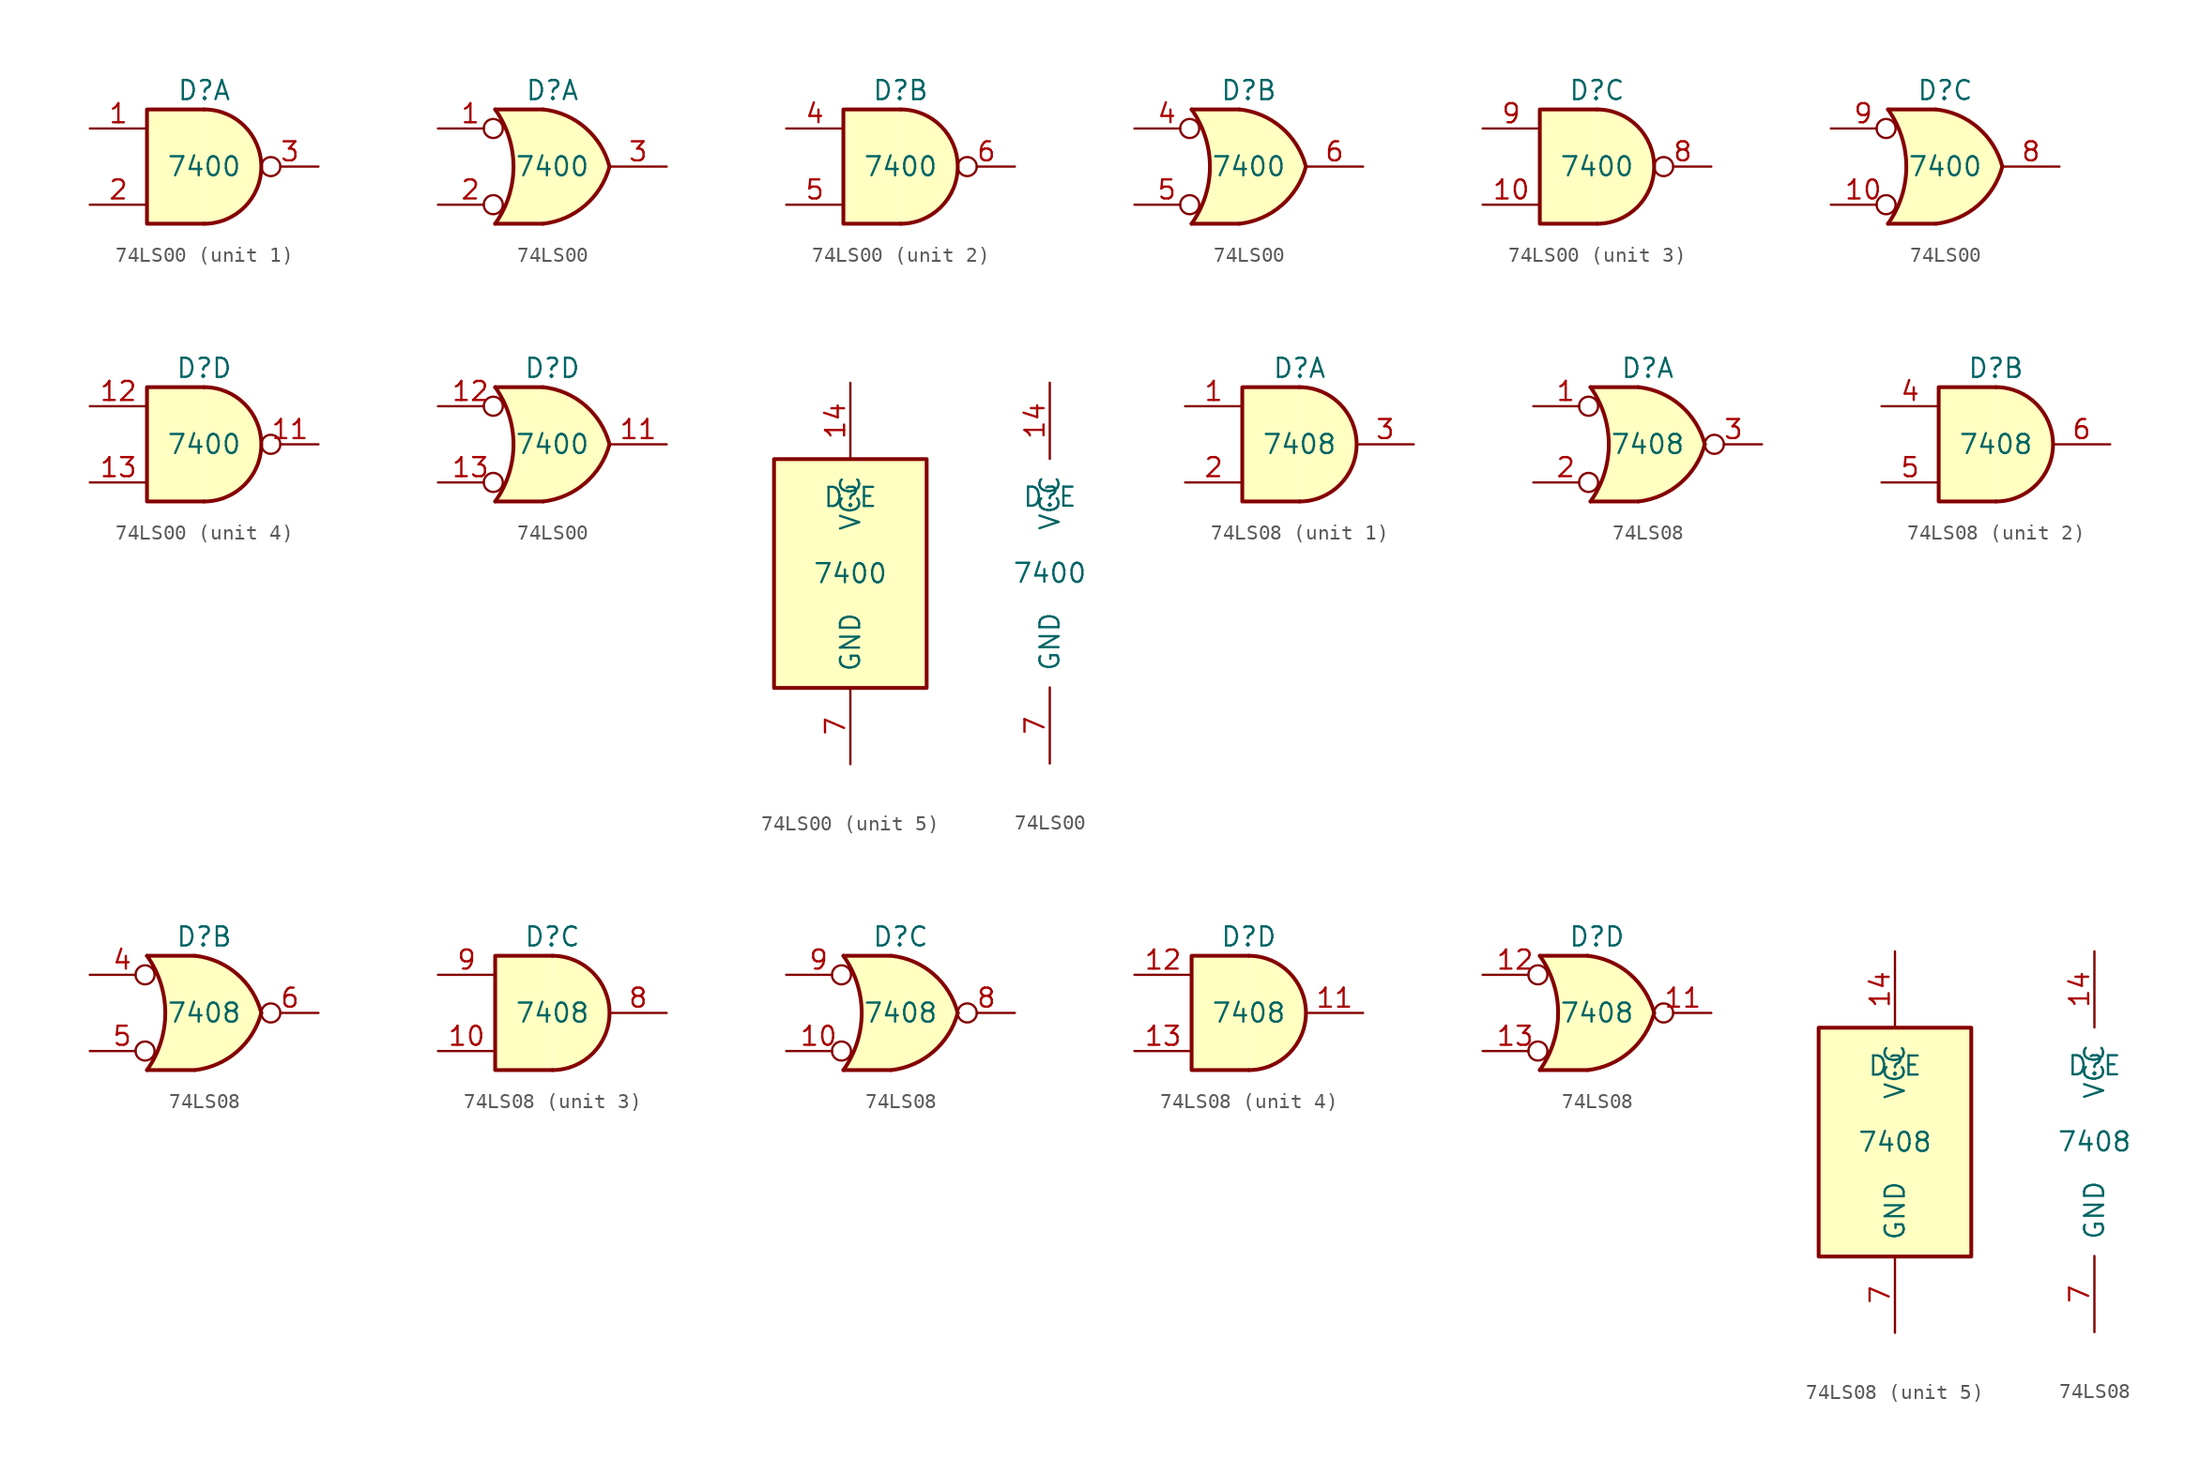
<source format=kicad_sym>
(kicad_symbol_lib
  (version 20241209)
  (generator "kicad_symbol_editor")
  (generator_version "9.0")
  (symbol "74LS00"
    (pin_names
      (offset 1.016))
    (property "Reference" "D"
      (at 0 5.08 0)
      (do_not_autoplace)
      (effects (font (size 1.27 1.27))))
    (property "Value" "7400"
      (at 0 0 0)
      (do_not_autoplace)
      (effects (font (size 1.27 1.27))))
    (property "ki_locked" ""
      (at 0 0 0)
      (effects (font (size 1.27 1.27))))
    (symbol "74LS00_1_1"
      (arc (start 0 3.81) (mid 3.7934 0) (end 0 -3.81) (stroke (width 0.254) (type default)) (fill (type background)))
      (polyline (pts (xy 0 3.81) (xy -3.81 3.81) (xy -3.81 -3.81) (xy 0 -3.81)) (stroke (width 0.254) (type default)) (fill (type background)))
      (pin input line (at -7.62 2.54 0) (length 3.81) (name "~" (effects (font (size 1.27 1.27)))) (number "1" (effects (font (size 1.27 1.27)))))
      (pin input line (at -7.62 -2.54 0) (length 3.81) (name "~" (effects (font (size 1.27 1.27)))) (number "2" (effects (font (size 1.27 1.27)))))
      (pin output inverted (at 7.62 0 180) (length 3.81) (name "~" (effects (font (size 1.27 1.27)))) (number "3" (effects (font (size 1.27 1.27))))))
    (symbol "74LS00_1_2"
      (arc (start -3.81 3.81) (mid -2.589 0) (end -3.81 -3.81) (stroke (width 0.254) (type default)) (fill (type none)))
      (polyline (pts (xy -3.81 3.81) (xy -0.635 3.81)) (stroke (width 0.254) (type default)) (fill (type background)))
      (polyline (pts (xy -3.81 -3.81) (xy -0.635 -3.81)) (stroke (width 0.254) (type default)) (fill (type background)))
      (arc (start 3.81 0) (mid 2.1855 -2.584) (end -0.6096 -3.81) (stroke (width 0.254) (type default)) (fill (type background)))
      (arc (start -0.6096 3.81) (mid 2.1928 2.5924) (end 3.81 0) (stroke (width 0.254) (type default)) (fill (type background)))
      (polyline (pts (xy -0.635 3.81) (xy -3.81 3.81) (xy -3.81 3.81) (xy -3.556 3.404) (xy -3.023 2.261) (xy -2.692 1.041) (xy -2.616 -0.254) (xy -2.769 -1.499) (xy -3.175 -2.718) (xy -3.81 -3.81) (xy -3.81 -3.81) (xy -0.635 -3.81)) (stroke (width -25.4) (type default)) (fill (type background)))
      (pin input inverted (at -7.62 2.54 0) (length 4.318) (name "~" (effects (font (size 1.27 1.27)))) (number "1" (effects (font (size 1.27 1.27)))))
      (pin input inverted (at -7.62 -2.54 0) (length 4.318) (name "~" (effects (font (size 1.27 1.27)))) (number "2" (effects (font (size 1.27 1.27)))))
      (pin output line (at 7.62 0 180) (length 3.81) (name "~" (effects (font (size 1.27 1.27)))) (number "3" (effects (font (size 1.27 1.27))))))
    (symbol "74LS00_2_1"
      (arc (start 0 3.81) (mid 3.7934 0) (end 0 -3.81) (stroke (width 0.254) (type default)) (fill (type background)))
      (polyline (pts (xy 0 3.81) (xy -3.81 3.81) (xy -3.81 -3.81) (xy 0 -3.81)) (stroke (width 0.254) (type default)) (fill (type background)))
      (pin input line (at -7.62 2.54 0) (length 3.81) (name "~" (effects (font (size 1.27 1.27)))) (number "4" (effects (font (size 1.27 1.27)))))
      (pin input line (at -7.62 -2.54 0) (length 3.81) (name "~" (effects (font (size 1.27 1.27)))) (number "5" (effects (font (size 1.27 1.27)))))
      (pin output inverted (at 7.62 0 180) (length 3.81) (name "~" (effects (font (size 1.27 1.27)))) (number "6" (effects (font (size 1.27 1.27))))))
    (symbol "74LS00_2_2"
      (arc (start -3.81 3.81) (mid -2.589 0) (end -3.81 -3.81) (stroke (width 0.254) (type default)) (fill (type none)))
      (polyline (pts (xy -3.81 3.81) (xy -0.635 3.81)) (stroke (width 0.254) (type default)) (fill (type background)))
      (polyline (pts (xy -3.81 -3.81) (xy -0.635 -3.81)) (stroke (width 0.254) (type default)) (fill (type background)))
      (arc (start 3.81 0) (mid 2.1855 -2.584) (end -0.6096 -3.81) (stroke (width 0.254) (type default)) (fill (type background)))
      (arc (start -0.6096 3.81) (mid 2.1928 2.5924) (end 3.81 0) (stroke (width 0.254) (type default)) (fill (type background)))
      (polyline (pts (xy -0.635 3.81) (xy -3.81 3.81) (xy -3.81 3.81) (xy -3.556 3.404) (xy -3.023 2.261) (xy -2.692 1.041) (xy -2.616 -0.254) (xy -2.769 -1.499) (xy -3.175 -2.718) (xy -3.81 -3.81) (xy -3.81 -3.81) (xy -0.635 -3.81)) (stroke (width -25.4) (type default)) (fill (type background)))
      (pin input inverted (at -7.62 2.54 0) (length 4.318) (name "~" (effects (font (size 1.27 1.27)))) (number "4" (effects (font (size 1.27 1.27)))))
      (pin input inverted (at -7.62 -2.54 0) (length 4.318) (name "~" (effects (font (size 1.27 1.27)))) (number "5" (effects (font (size 1.27 1.27)))))
      (pin output line (at 7.62 0 180) (length 3.81) (name "~" (effects (font (size 1.27 1.27)))) (number "6" (effects (font (size 1.27 1.27))))))
    (symbol "74LS00_3_1"
      (arc (start 0 3.81) (mid 3.7934 0) (end 0 -3.81) (stroke (width 0.254) (type default)) (fill (type background)))
      (polyline (pts (xy 0 3.81) (xy -3.81 3.81) (xy -3.81 -3.81) (xy 0 -3.81)) (stroke (width 0.254) (type default)) (fill (type background)))
      (pin input line (at -7.62 2.54 0) (length 3.81) (name "~" (effects (font (size 1.27 1.27)))) (number "9" (effects (font (size 1.27 1.27)))))
      (pin input line (at -7.62 -2.54 0) (length 3.81) (name "~" (effects (font (size 1.27 1.27)))) (number "10" (effects (font (size 1.27 1.27)))))
      (pin output inverted (at 7.62 0 180) (length 3.81) (name "~" (effects (font (size 1.27 1.27)))) (number "8" (effects (font (size 1.27 1.27))))))
    (symbol "74LS00_3_2"
      (arc (start -3.81 3.81) (mid -2.589 0) (end -3.81 -3.81) (stroke (width 0.254) (type default)) (fill (type none)))
      (polyline (pts (xy -3.81 3.81) (xy -0.635 3.81)) (stroke (width 0.254) (type default)) (fill (type background)))
      (polyline (pts (xy -3.81 -3.81) (xy -0.635 -3.81)) (stroke (width 0.254) (type default)) (fill (type background)))
      (arc (start 3.81 0) (mid 2.1855 -2.584) (end -0.6096 -3.81) (stroke (width 0.254) (type default)) (fill (type background)))
      (arc (start -0.6096 3.81) (mid 2.1928 2.5924) (end 3.81 0) (stroke (width 0.254) (type default)) (fill (type background)))
      (polyline (pts (xy -0.635 3.81) (xy -3.81 3.81) (xy -3.81 3.81) (xy -3.556 3.404) (xy -3.023 2.261) (xy -2.692 1.041) (xy -2.616 -0.254) (xy -2.769 -1.499) (xy -3.175 -2.718) (xy -3.81 -3.81) (xy -3.81 -3.81) (xy -0.635 -3.81)) (stroke (width -25.4) (type default)) (fill (type background)))
      (pin input inverted (at -7.62 2.54 0) (length 4.318) (name "~" (effects (font (size 1.27 1.27)))) (number "9" (effects (font (size 1.27 1.27)))))
      (pin input inverted (at -7.62 -2.54 0) (length 4.318) (name "~" (effects (font (size 1.27 1.27)))) (number "10" (effects (font (size 1.27 1.27)))))
      (pin output line (at 7.62 0 180) (length 3.81) (name "~" (effects (font (size 1.27 1.27)))) (number "8" (effects (font (size 1.27 1.27))))))
    (symbol "74LS00_4_1"
      (arc (start 0 3.81) (mid 3.7934 0) (end 0 -3.81) (stroke (width 0.254) (type default)) (fill (type background)))
      (polyline (pts (xy 0 3.81) (xy -3.81 3.81) (xy -3.81 -3.81) (xy 0 -3.81)) (stroke (width 0.254) (type default)) (fill (type background)))
      (pin input line (at -7.62 2.54 0) (length 3.81) (name "~" (effects (font (size 1.27 1.27)))) (number "12" (effects (font (size 1.27 1.27)))))
      (pin input line (at -7.62 -2.54 0) (length 3.81) (name "~" (effects (font (size 1.27 1.27)))) (number "13" (effects (font (size 1.27 1.27)))))
      (pin output inverted (at 7.62 0 180) (length 3.81) (name "~" (effects (font (size 1.27 1.27)))) (number "11" (effects (font (size 1.27 1.27))))))
    (symbol "74LS00_4_2"
      (arc (start -3.81 3.81) (mid -2.589 0) (end -3.81 -3.81) (stroke (width 0.254) (type default)) (fill (type none)))
      (polyline (pts (xy -3.81 3.81) (xy -0.635 3.81)) (stroke (width 0.254) (type default)) (fill (type background)))
      (polyline (pts (xy -3.81 -3.81) (xy -0.635 -3.81)) (stroke (width 0.254) (type default)) (fill (type background)))
      (arc (start 3.81 0) (mid 2.1855 -2.584) (end -0.6096 -3.81) (stroke (width 0.254) (type default)) (fill (type background)))
      (arc (start -0.6096 3.81) (mid 2.1928 2.5924) (end 3.81 0) (stroke (width 0.254) (type default)) (fill (type background)))
      (polyline (pts (xy -0.635 3.81) (xy -3.81 3.81) (xy -3.81 3.81) (xy -3.556 3.404) (xy -3.023 2.261) (xy -2.692 1.041) (xy -2.616 -0.254) (xy -2.769 -1.499) (xy -3.175 -2.718) (xy -3.81 -3.81) (xy -3.81 -3.81) (xy -0.635 -3.81)) (stroke (width -25.4) (type default)) (fill (type background)))
      (pin input inverted (at -7.62 2.54 0) (length 4.318) (name "~" (effects (font (size 1.27 1.27)))) (number "12" (effects (font (size 1.27 1.27)))))
      (pin input inverted (at -7.62 -2.54 0) (length 4.318) (name "~" (effects (font (size 1.27 1.27)))) (number "13" (effects (font (size 1.27 1.27)))))
      (pin output line (at 7.62 0 180) (length 3.81) (name "~" (effects (font (size 1.27 1.27)))) (number "11" (effects (font (size 1.27 1.27))))))
    (symbol "74LS00_5_0"
      (pin power_in line (at 0 12.7 270) (length 5.08) (name "VCC" (effects (font (size 1.27 1.27)))) (number "14" (effects (font (size 1.27 1.27)))))
      (pin power_in line (at 0 -12.7 90) (length 5.08) (name "GND" (effects (font (size 1.27 1.27)))) (number "7" (effects (font (size 1.27 1.27))))))
    (symbol "74LS00_5_1"
      (rectangle (start -5.08 7.62) (end 5.08 -7.62) (stroke (width 0.254) (type default)) (fill (type background)))))
  (symbol "74LS08"
    (pin_names
      (offset 1.016))
    (property "Reference" "D"
      (at 0 5.08 0)
      (effects (font (size 1.27 1.27))))
    (property "Value" "7408"
      (at 0 0 0)
      (do_not_autoplace)
      (effects (font (size 1.27 1.27))))
    (property "ki_locked" ""
      (at 0 0 0)
      (effects (font (size 1.27 1.27))))
    (symbol "74LS08_1_1"
      (arc (start 0 3.81) (mid 3.7934 0) (end 0 -3.81) (stroke (width 0.254) (type default)) (fill (type background)))
      (polyline (pts (xy 0 3.81) (xy -3.81 3.81) (xy -3.81 -3.81) (xy 0 -3.81)) (stroke (width 0.254) (type default)) (fill (type background)))
      (pin input line (at -7.62 2.54 0) (length 3.81) (name "~" (effects (font (size 1.27 1.27)))) (number "1" (effects (font (size 1.27 1.27)))))
      (pin input line (at -7.62 -2.54 0) (length 3.81) (name "~" (effects (font (size 1.27 1.27)))) (number "2" (effects (font (size 1.27 1.27)))))
      (pin output line (at 7.62 0 180) (length 3.81) (name "~" (effects (font (size 1.27 1.27)))) (number "3" (effects (font (size 1.27 1.27))))))
    (symbol "74LS08_1_2"
      (arc (start -3.81 3.81) (mid -2.589 0) (end -3.81 -3.81) (stroke (width 0.254) (type default)) (fill (type none)))
      (polyline (pts (xy -3.81 3.81) (xy -0.635 3.81)) (stroke (width 0.254) (type default)) (fill (type background)))
      (polyline (pts (xy -3.81 -3.81) (xy -0.635 -3.81)) (stroke (width 0.254) (type default)) (fill (type background)))
      (arc (start 3.81 0) (mid 2.1855 -2.584) (end -0.6096 -3.81) (stroke (width 0.254) (type default)) (fill (type background)))
      (arc (start -0.6096 3.81) (mid 2.1928 2.5924) (end 3.81 0) (stroke (width 0.254) (type default)) (fill (type background)))
      (polyline (pts (xy -0.635 3.81) (xy -3.81 3.81) (xy -3.81 3.81) (xy -3.556 3.404) (xy -3.023 2.261) (xy -2.692 1.041) (xy -2.616 -0.254) (xy -2.769 -1.499) (xy -3.175 -2.718) (xy -3.81 -3.81) (xy -3.81 -3.81) (xy -0.635 -3.81)) (stroke (width -25.4) (type default)) (fill (type background)))
      (pin input inverted (at -7.62 2.54 0) (length 4.318) (name "~" (effects (font (size 1.27 1.27)))) (number "1" (effects (font (size 1.27 1.27)))))
      (pin input inverted (at -7.62 -2.54 0) (length 4.318) (name "~" (effects (font (size 1.27 1.27)))) (number "2" (effects (font (size 1.27 1.27)))))
      (pin output inverted (at 7.62 0 180) (length 3.81) (name "~" (effects (font (size 1.27 1.27)))) (number "3" (effects (font (size 1.27 1.27))))))
    (symbol "74LS08_2_1"
      (arc (start 0 3.81) (mid 3.7934 0) (end 0 -3.81) (stroke (width 0.254) (type default)) (fill (type background)))
      (polyline (pts (xy 0 3.81) (xy -3.81 3.81) (xy -3.81 -3.81) (xy 0 -3.81)) (stroke (width 0.254) (type default)) (fill (type background)))
      (pin input line (at -7.62 2.54 0) (length 3.81) (name "~" (effects (font (size 1.27 1.27)))) (number "4" (effects (font (size 1.27 1.27)))))
      (pin input line (at -7.62 -2.54 0) (length 3.81) (name "~" (effects (font (size 1.27 1.27)))) (number "5" (effects (font (size 1.27 1.27)))))
      (pin output line (at 7.62 0 180) (length 3.81) (name "~" (effects (font (size 1.27 1.27)))) (number "6" (effects (font (size 1.27 1.27))))))
    (symbol "74LS08_2_2"
      (arc (start -3.81 3.81) (mid -2.589 0) (end -3.81 -3.81) (stroke (width 0.254) (type default)) (fill (type none)))
      (polyline (pts (xy -3.81 3.81) (xy -0.635 3.81)) (stroke (width 0.254) (type default)) (fill (type background)))
      (polyline (pts (xy -3.81 -3.81) (xy -0.635 -3.81)) (stroke (width 0.254) (type default)) (fill (type background)))
      (arc (start 3.81 0) (mid 2.1855 -2.584) (end -0.6096 -3.81) (stroke (width 0.254) (type default)) (fill (type background)))
      (arc (start -0.6096 3.81) (mid 2.1928 2.5924) (end 3.81 0) (stroke (width 0.254) (type default)) (fill (type background)))
      (polyline (pts (xy -0.635 3.81) (xy -3.81 3.81) (xy -3.81 3.81) (xy -3.556 3.404) (xy -3.023 2.261) (xy -2.692 1.041) (xy -2.616 -0.254) (xy -2.769 -1.499) (xy -3.175 -2.718) (xy -3.81 -3.81) (xy -3.81 -3.81) (xy -0.635 -3.81)) (stroke (width -25.4) (type default)) (fill (type background)))
      (pin input inverted (at -7.62 2.54 0) (length 4.318) (name "~" (effects (font (size 1.27 1.27)))) (number "4" (effects (font (size 1.27 1.27)))))
      (pin input inverted (at -7.62 -2.54 0) (length 4.318) (name "~" (effects (font (size 1.27 1.27)))) (number "5" (effects (font (size 1.27 1.27)))))
      (pin output inverted (at 7.62 0 180) (length 3.81) (name "~" (effects (font (size 1.27 1.27)))) (number "6" (effects (font (size 1.27 1.27))))))
    (symbol "74LS08_3_1"
      (arc (start 0 3.81) (mid 3.7934 0) (end 0 -3.81) (stroke (width 0.254) (type default)) (fill (type background)))
      (polyline (pts (xy 0 3.81) (xy -3.81 3.81) (xy -3.81 -3.81) (xy 0 -3.81)) (stroke (width 0.254) (type default)) (fill (type background)))
      (pin input line (at -7.62 2.54 0) (length 3.81) (name "~" (effects (font (size 1.27 1.27)))) (number "9" (effects (font (size 1.27 1.27)))))
      (pin input line (at -7.62 -2.54 0) (length 3.81) (name "~" (effects (font (size 1.27 1.27)))) (number "10" (effects (font (size 1.27 1.27)))))
      (pin output line (at 7.62 0 180) (length 3.81) (name "~" (effects (font (size 1.27 1.27)))) (number "8" (effects (font (size 1.27 1.27))))))
    (symbol "74LS08_3_2"
      (arc (start -3.81 3.81) (mid -2.589 0) (end -3.81 -3.81) (stroke (width 0.254) (type default)) (fill (type none)))
      (polyline (pts (xy -3.81 3.81) (xy -0.635 3.81)) (stroke (width 0.254) (type default)) (fill (type background)))
      (polyline (pts (xy -3.81 -3.81) (xy -0.635 -3.81)) (stroke (width 0.254) (type default)) (fill (type background)))
      (arc (start 3.81 0) (mid 2.1855 -2.584) (end -0.6096 -3.81) (stroke (width 0.254) (type default)) (fill (type background)))
      (arc (start -0.6096 3.81) (mid 2.1928 2.5924) (end 3.81 0) (stroke (width 0.254) (type default)) (fill (type background)))
      (polyline (pts (xy -0.635 3.81) (xy -3.81 3.81) (xy -3.81 3.81) (xy -3.556 3.404) (xy -3.023 2.261) (xy -2.692 1.041) (xy -2.616 -0.254) (xy -2.769 -1.499) (xy -3.175 -2.718) (xy -3.81 -3.81) (xy -3.81 -3.81) (xy -0.635 -3.81)) (stroke (width -25.4) (type default)) (fill (type background)))
      (pin input inverted (at -7.62 2.54 0) (length 4.318) (name "~" (effects (font (size 1.27 1.27)))) (number "9" (effects (font (size 1.27 1.27)))))
      (pin input inverted (at -7.62 -2.54 0) (length 4.318) (name "~" (effects (font (size 1.27 1.27)))) (number "10" (effects (font (size 1.27 1.27)))))
      (pin output inverted (at 7.62 0 180) (length 3.81) (name "~" (effects (font (size 1.27 1.27)))) (number "8" (effects (font (size 1.27 1.27))))))
    (symbol "74LS08_4_1"
      (arc (start 0 3.81) (mid 3.7934 0) (end 0 -3.81) (stroke (width 0.254) (type default)) (fill (type background)))
      (polyline (pts (xy 0 3.81) (xy -3.81 3.81) (xy -3.81 -3.81) (xy 0 -3.81)) (stroke (width 0.254) (type default)) (fill (type background)))
      (pin input line (at -7.62 2.54 0) (length 3.81) (name "~" (effects (font (size 1.27 1.27)))) (number "12" (effects (font (size 1.27 1.27)))))
      (pin input line (at -7.62 -2.54 0) (length 3.81) (name "~" (effects (font (size 1.27 1.27)))) (number "13" (effects (font (size 1.27 1.27)))))
      (pin output line (at 7.62 0 180) (length 3.81) (name "~" (effects (font (size 1.27 1.27)))) (number "11" (effects (font (size 1.27 1.27))))))
    (symbol "74LS08_4_2"
      (arc (start -3.81 3.81) (mid -2.589 0) (end -3.81 -3.81) (stroke (width 0.254) (type default)) (fill (type none)))
      (polyline (pts (xy -3.81 3.81) (xy -0.635 3.81)) (stroke (width 0.254) (type default)) (fill (type background)))
      (polyline (pts (xy -3.81 -3.81) (xy -0.635 -3.81)) (stroke (width 0.254) (type default)) (fill (type background)))
      (arc (start 3.81 0) (mid 2.1855 -2.584) (end -0.6096 -3.81) (stroke (width 0.254) (type default)) (fill (type background)))
      (arc (start -0.6096 3.81) (mid 2.1928 2.5924) (end 3.81 0) (stroke (width 0.254) (type default)) (fill (type background)))
      (polyline (pts (xy -0.635 3.81) (xy -3.81 3.81) (xy -3.81 3.81) (xy -3.556 3.404) (xy -3.023 2.261) (xy -2.692 1.041) (xy -2.616 -0.254) (xy -2.769 -1.499) (xy -3.175 -2.718) (xy -3.81 -3.81) (xy -3.81 -3.81) (xy -0.635 -3.81)) (stroke (width -25.4) (type default)) (fill (type background)))
      (pin input inverted (at -7.62 2.54 0) (length 4.318) (name "~" (effects (font (size 1.27 1.27)))) (number "12" (effects (font (size 1.27 1.27)))))
      (pin input inverted (at -7.62 -2.54 0) (length 4.318) (name "~" (effects (font (size 1.27 1.27)))) (number "13" (effects (font (size 1.27 1.27)))))
      (pin output inverted (at 7.62 0 180) (length 3.81) (name "~" (effects (font (size 1.27 1.27)))) (number "11" (effects (font (size 1.27 1.27))))))
    (symbol "74LS08_5_0"
      (pin power_in line (at 0 12.7 270) (length 5.08) (name "VCC" (effects (font (size 1.27 1.27)))) (number "14" (effects (font (size 1.27 1.27)))))
      (pin power_in line (at 0 -12.7 90) (length 5.08) (name "GND" (effects (font (size 1.27 1.27)))) (number "7" (effects (font (size 1.27 1.27))))))
    (symbol "74LS08_5_1"
      (rectangle (start -5.08 7.62) (end 5.08 -7.62) (stroke (width 0.254) (type default)) (fill (type background))))))
</source>
